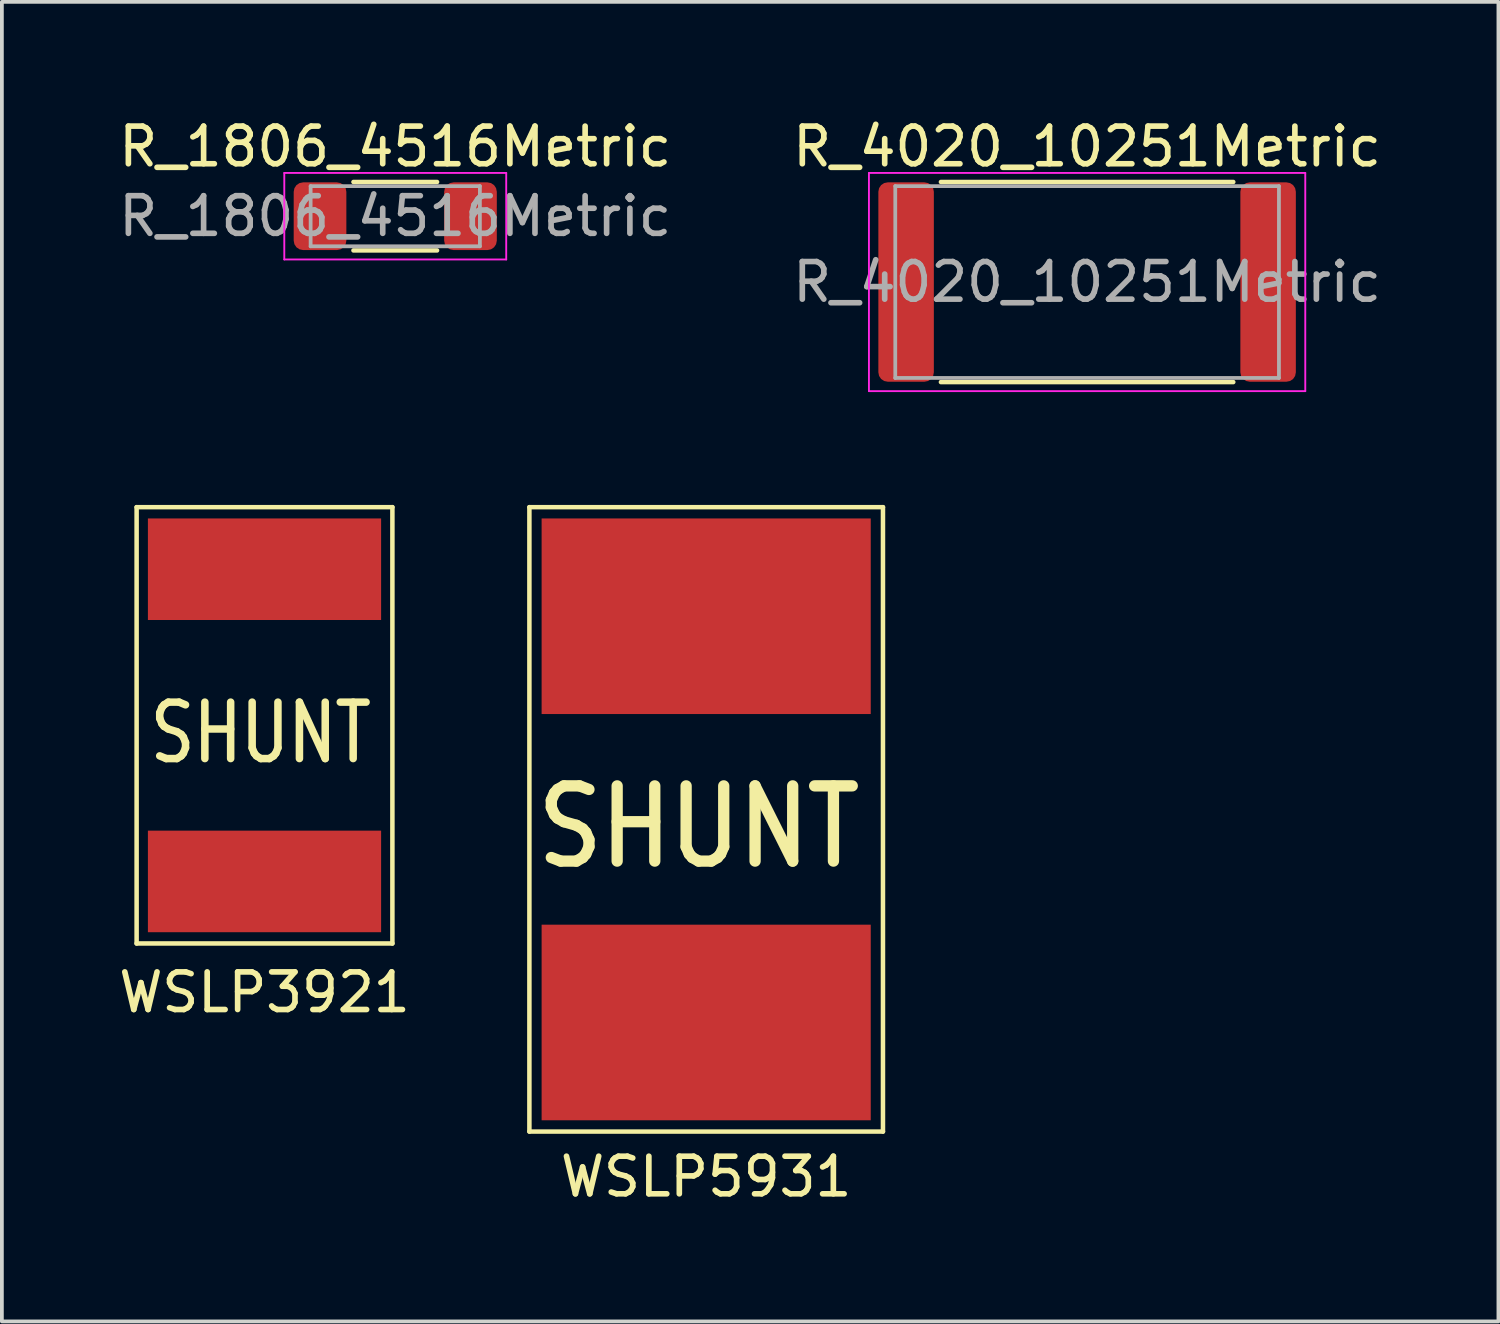
<source format=kicad_pcb>
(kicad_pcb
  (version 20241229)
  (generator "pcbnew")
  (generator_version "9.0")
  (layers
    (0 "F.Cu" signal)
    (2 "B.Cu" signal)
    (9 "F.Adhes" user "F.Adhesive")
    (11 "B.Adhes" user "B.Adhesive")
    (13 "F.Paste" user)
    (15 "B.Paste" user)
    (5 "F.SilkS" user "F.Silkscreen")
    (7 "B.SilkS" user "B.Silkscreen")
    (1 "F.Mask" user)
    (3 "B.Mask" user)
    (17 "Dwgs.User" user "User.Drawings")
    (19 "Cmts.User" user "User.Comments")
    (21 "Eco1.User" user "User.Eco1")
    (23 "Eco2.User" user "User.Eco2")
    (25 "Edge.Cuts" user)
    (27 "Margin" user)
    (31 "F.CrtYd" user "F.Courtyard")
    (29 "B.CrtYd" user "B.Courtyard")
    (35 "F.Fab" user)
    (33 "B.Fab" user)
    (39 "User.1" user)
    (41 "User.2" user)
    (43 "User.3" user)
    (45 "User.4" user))
  (footprint "WSLP3921"
    (layer "F.Cu")
    (at 3.982 16.233)
    (property "Reference" "WSLP3921" (at 0 7.1 0) (unlocked yes) (layer "F.SilkS") (effects (font (size 1 1) (thickness 0.15))))
    (attr smd)
    (fp_line (start -3.4 -5.8) (end -3.4 5.8) (stroke (width 0.12) (type solid)) (layer "F.SilkS"))
    (fp_line (start -3.4 5.8) (end 3.4 5.8) (stroke (width 0.12) (type solid)) (layer "F.SilkS"))
    (fp_line (start 3.4 -5.8) (end -3.4 -5.8) (stroke (width 0.12) (type solid)) (layer "F.SilkS"))
    (fp_line (start 3.4 5.8) (end 3.4 -5.8) (stroke (width 0.12) (type solid)) (layer "F.SilkS"))
    (fp_text user "SHUNT" (at -0.1 0.2 0) (layer "F.SilkS") (effects (font (size 1.5 1.2) (thickness 0.2))))
    (pad "1" smd rect (at 0 4.15) (size 6.2 2.7) (layers "F.Cu" "F.Mask" "F.Paste"))
    (pad "2" smd rect (at 0 -4.15) (size 6.2 2.7) (layers "F.Cu" "F.Mask" "F.Paste")))
  (footprint "R_1806_4516Metric"
    (layer "F.Cu")
    (at 7.458 2.698)
    (property "Reference" "R_1806_4516Metric" (at 0 -1.85 0) (layer "F.SilkS") (effects (font (size 1 1) (thickness 0.15))))
    (attr smd)
    (fp_line (start -1.111 -0.91) (end 1.111 -0.91) (stroke (width 0.12) (type solid)) (layer "F.SilkS"))
    (fp_line (start -1.111 0.91) (end 1.111 0.91) (stroke (width 0.12) (type solid)) (layer "F.SilkS"))
    (fp_line (start -2.95 -1.15) (end 2.95 -1.15) (stroke (width 0.05) (type solid)) (layer "F.CrtYd"))
    (fp_line (start -2.95 1.15) (end -2.95 -1.15) (stroke (width 0.05) (type solid)) (layer "F.CrtYd"))
    (fp_line (start 2.95 -1.15) (end 2.95 1.15) (stroke (width 0.05) (type solid)) (layer "F.CrtYd"))
    (fp_line (start 2.95 1.15) (end -2.95 1.15) (stroke (width 0.05) (type solid)) (layer "F.CrtYd"))
    (fp_line (start -2.25 -0.8) (end 2.25 -0.8) (stroke (width 0.1) (type solid)) (layer "F.Fab"))
    (fp_line (start -2.25 0.8) (end -2.25 -0.8) (stroke (width 0.1) (type solid)) (layer "F.Fab"))
    (fp_line (start 2.25 -0.8) (end 2.25 0.8) (stroke (width 0.1) (type solid)) (layer "F.Fab"))
    (fp_line (start 2.25 0.8) (end -2.25 0.8) (stroke (width 0.1) (type solid)) (layer "F.Fab"))
    (fp_text user "${REFERENCE}" (at 0 0 0) (layer "F.Fab") (effects (font (size 1 1) (thickness 0.15))))
    (pad "1" smd roundrect (at -2 0) (size 1.4 1.8) (layers "F.Cu" "F.Mask" "F.Paste") (roundrect_rratio 0.179))
    (pad "2" smd roundrect (at 2 0) (size 1.4 1.8) (layers "F.Cu" "F.Mask" "F.Paste") (roundrect_rratio 0.179)))
  (footprint "R_4020_10251Metric"
    (layer "F.Cu")
    (at 25.851 4.448)
    (property "Reference" "R_4020_10251Metric" (at 0 -3.6 0) (layer "F.SilkS") (effects (font (size 1 1) (thickness 0.15))))
    (attr smd)
    (fp_line (start -3.886 -2.66) (end 3.886 -2.66) (stroke (width 0.12) (type solid)) (layer "F.SilkS"))
    (fp_line (start -3.886 2.66) (end 3.886 2.66) (stroke (width 0.12) (type solid)) (layer "F.SilkS"))
    (fp_line (start -5.8 -2.9) (end 5.8 -2.9) (stroke (width 0.05) (type solid)) (layer "F.CrtYd"))
    (fp_line (start -5.8 2.9) (end -5.8 -2.9) (stroke (width 0.05) (type solid)) (layer "F.CrtYd"))
    (fp_line (start 5.8 -2.9) (end 5.8 2.9) (stroke (width 0.05) (type solid)) (layer "F.CrtYd"))
    (fp_line (start 5.8 2.9) (end -5.8 2.9) (stroke (width 0.05) (type solid)) (layer "F.CrtYd"))
    (fp_line (start -5.1 -2.55) (end 5.1 -2.55) (stroke (width 0.1) (type solid)) (layer "F.Fab"))
    (fp_line (start -5.1 2.55) (end -5.1 -2.55) (stroke (width 0.1) (type solid)) (layer "F.Fab"))
    (fp_line (start 5.1 -2.55) (end 5.1 2.55) (stroke (width 0.1) (type solid)) (layer "F.Fab"))
    (fp_line (start 5.1 2.55) (end -5.1 2.55) (stroke (width 0.1) (type solid)) (layer "F.Fab"))
    (fp_text user "${REFERENCE}" (at 0 0 0) (layer "F.Fab") (effects (font (size 1 1) (thickness 0.15))))
    (pad "1" smd roundrect (at -4.812 0) (size 1.475 5.3) (layers "F.Cu" "F.Mask" "F.Paste") (roundrect_rratio 0.169))
    (pad "2" smd roundrect (at 4.812 0) (size 1.475 5.3) (layers "F.Cu" "F.Mask" "F.Paste") (roundrect_rratio 0.169)))
  (footprint "WSLP5931"
    (layer "F.Cu")
    (at 15.724 18.733)
    (property "Reference" "WSLP5931" (at 0 9.5 0) (unlocked yes) (layer "F.SilkS") (effects (font (size 1 1) (thickness 0.15))))
    (attr smd)
    (fp_line (start -4.7 -8.3) (end -4.7 8.3) (stroke (width 0.12) (type solid)) (layer "F.SilkS"))
    (fp_line (start -4.7 8.3) (end 4.7 8.3) (stroke (width 0.12) (type solid)) (layer "F.SilkS"))
    (fp_line (start 4.7 -8.3) (end -4.7 -8.3) (stroke (width 0.12) (type solid)) (layer "F.SilkS"))
    (fp_line (start 4.7 8.3) (end 4.7 -8.3) (stroke (width 0.12) (type solid)) (layer "F.SilkS"))
    (fp_text user "SHUNT" (at -0.2 0.2 0) (layer "F.SilkS") (effects (font (size 2 1.75) (thickness 0.3))))
    (pad "1" smd rect (at 0 5.4) (size 8.75 5.2) (layers "F.Cu" "F.Mask" "F.Paste"))
    (pad "2" smd rect (at 0 -5.4) (size 8.75 5.2) (layers "F.Cu" "F.Mask" "F.Paste")))
  (gr_rect
    (start -3 -3)
    (end 36.786 32.081)
    (stroke (width 0.1) (type default))
    (fill no)
    (layer "Edge.Cuts")))
</source>
